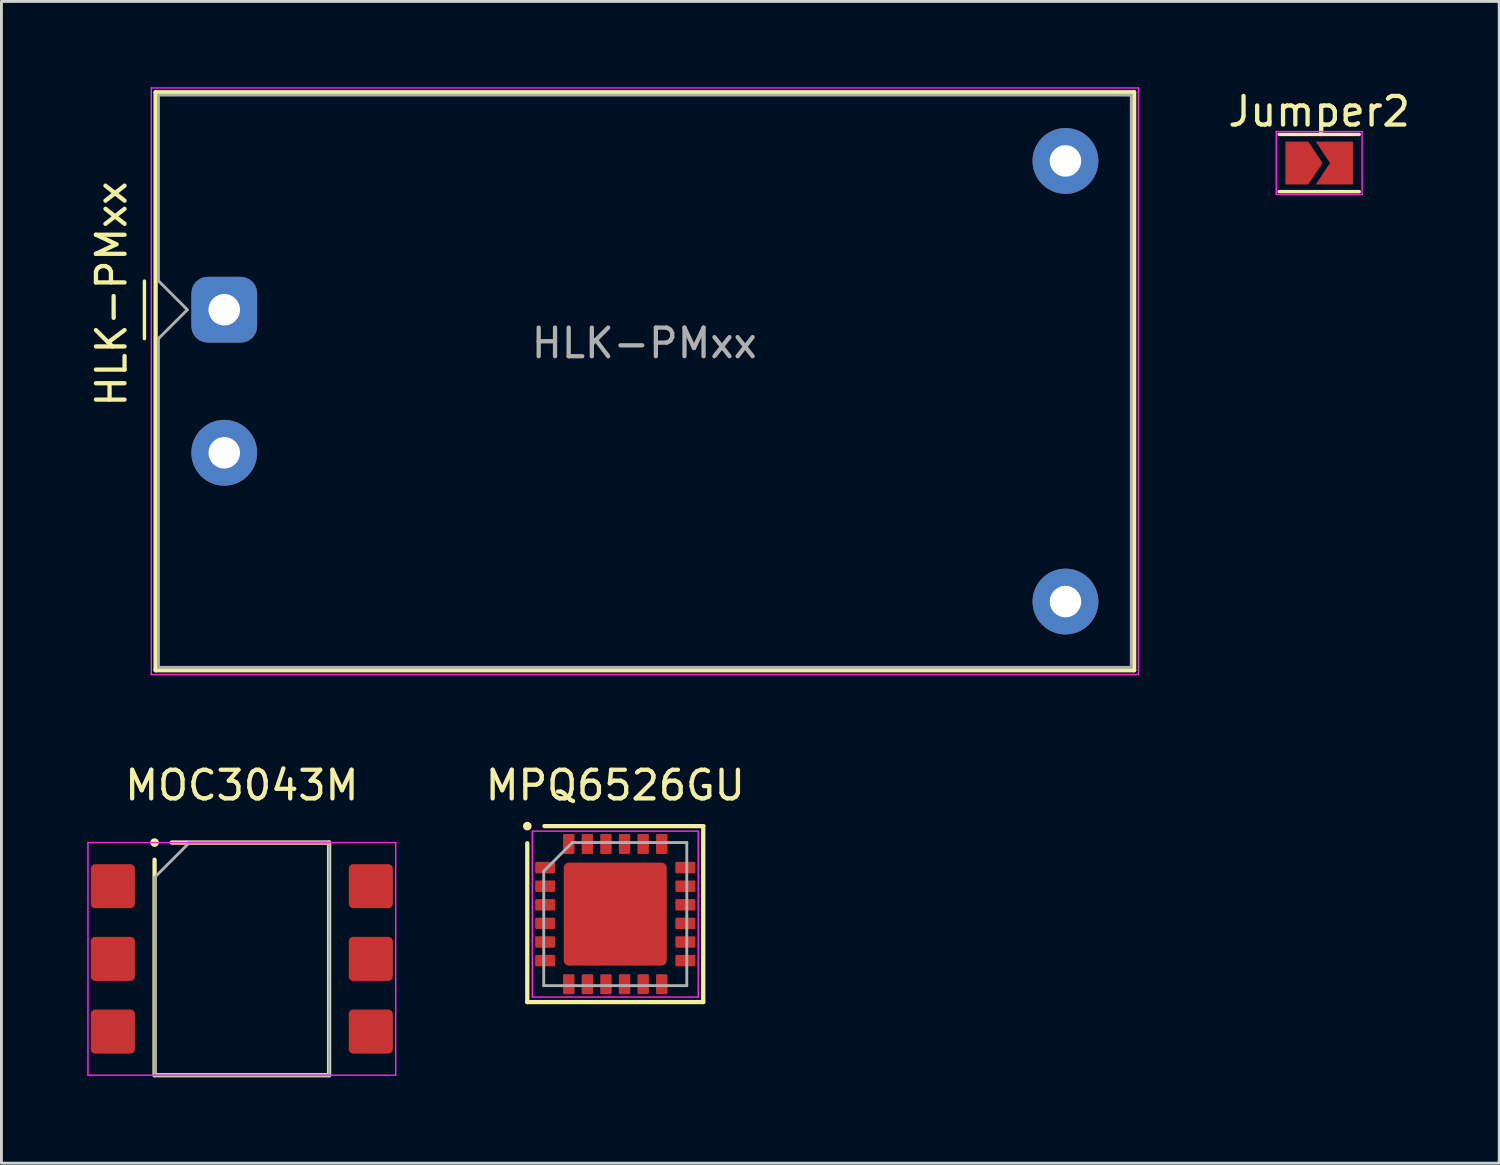
<source format=kicad_pcb>
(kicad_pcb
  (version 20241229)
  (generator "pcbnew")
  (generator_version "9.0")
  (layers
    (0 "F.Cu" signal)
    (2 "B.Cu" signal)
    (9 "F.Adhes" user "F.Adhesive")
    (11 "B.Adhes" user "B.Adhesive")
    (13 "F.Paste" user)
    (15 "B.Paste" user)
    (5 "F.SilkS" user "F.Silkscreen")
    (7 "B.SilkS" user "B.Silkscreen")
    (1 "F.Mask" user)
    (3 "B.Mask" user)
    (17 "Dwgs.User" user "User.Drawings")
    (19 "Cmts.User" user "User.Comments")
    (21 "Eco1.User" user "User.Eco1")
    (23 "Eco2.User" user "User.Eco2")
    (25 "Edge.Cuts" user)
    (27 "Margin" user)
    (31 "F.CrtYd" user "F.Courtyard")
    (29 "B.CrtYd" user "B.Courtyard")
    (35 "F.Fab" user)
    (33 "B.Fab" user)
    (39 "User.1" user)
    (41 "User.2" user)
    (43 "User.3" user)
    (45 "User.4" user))
  (footprint "Jumper2"
    (layer "F.Cu")
    (at 43.055 2.648)
    (property "Reference" "Jumper2" (at 0 -1.8 0) (layer "F.SilkS") (effects (font (size 1 1) (thickness 0.15))))
    (attr exclude_from_pos_files exclude_from_bom)
    (fp_line (start -1.4 -1) (end 1.4 -1) (stroke (width 0.12) (type solid)) (layer "F.SilkS"))
    (fp_line (start 1.4 1) (end -1.4 1) (stroke (width 0.12) (type solid)) (layer "F.SilkS"))
    (fp_line (start -1.5 -1.1) (end -1.5 1.1) (stroke (width 0.05) (type solid)) (layer "F.CrtYd"))
    (fp_line (start -1.5 -1.1) (end 1.5 -1.1) (stroke (width 0.05) (type solid)) (layer "F.CrtYd"))
    (fp_line (start 1.5 1.1) (end -1.5 1.1) (stroke (width 0.05) (type solid)) (layer "F.CrtYd"))
    (fp_line (start 1.5 1.1) (end 1.5 -1.1) (stroke (width 0.05) (type solid)) (layer "F.CrtYd"))
    (pad "1" smd custom (at -0.68 0) (size 0.3 0.3) (layers "F.Cu" "F.Mask") (options (anchor rect)) (primitives (gr_poly (pts (xy -0.5 -0.75) (xy 0.3 -0.75) (xy 0.8 0) (xy 0.3 0.75) (xy -0.5 0.75)) (width 0) (fill yes))))
    (pad "2" smd custom (at 0.68 0) (size 0.3 0.3) (layers "F.Cu" "F.Mask") (options (anchor rect)) (primitives (gr_poly (pts (xy -0.8 -0.75) (xy 0.5 -0.75) (xy 0.5 0.75) (xy -0.8 0.75) (xy -0.3 0)) (width 0) (fill yes)))))
  (footprint "MOC3043M"
    (layer "F.Cu")
    (at 5.402 30.463)
    (property "Reference" "MOC3043M" (at 0 -6.065 0) (layer "F.SilkS") (effects (font (size 1 1) (thickness 0.15))))
    (attr through_hole)
    (fp_line (start -3.05 -4.065) (end -3.05 -4.065) (stroke (width 0.3) (type solid)) (layer "F.SilkS"))
    (fp_line (start -3.05 4.065) (end -3.05 -3.465) (stroke (width 0.15) (type solid)) (layer "F.SilkS"))
    (fp_line (start -2.45 -4.065) (end 3.05 -4.065) (stroke (width 0.15) (type solid)) (layer "F.SilkS"))
    (fp_line (start 3.05 -4.065) (end 3.05 4.065) (stroke (width 0.15) (type solid)) (layer "F.SilkS"))
    (fp_line (start 3.05 4.065) (end -3.05 4.065) (stroke (width 0.15) (type solid)) (layer "F.SilkS"))
    (fp_line (start -5.378 -4.065) (end 5.378 -4.065) (stroke (width 0.05) (type solid)) (layer "F.CrtYd"))
    (fp_line (start -5.378 4.065) (end -5.378 -4.065) (stroke (width 0.05) (type solid)) (layer "F.CrtYd"))
    (fp_line (start 5.378 -4.065) (end 5.378 4.065) (stroke (width 0.05) (type solid)) (layer "F.CrtYd"))
    (fp_line (start 5.378 4.065) (end -5.378 4.065) (stroke (width 0.05) (type solid)) (layer "F.CrtYd"))
    (fp_line (start -3.05 -2.845) (end -1.83 -4.065) (stroke (width 0.1) (type solid)) (layer "F.Fab"))
    (fp_line (start -3.05 4.065) (end -3.05 -2.845) (stroke (width 0.1) (type solid)) (layer "F.Fab"))
    (fp_line (start -1.83 -4.065) (end 3.05 -4.065) (stroke (width 0.1) (type solid)) (layer "F.Fab"))
    (fp_line (start 3.05 -4.065) (end 3.05 4.065) (stroke (width 0.1) (type solid)) (layer "F.Fab"))
    (fp_line (start 3.05 4.065) (end -3.05 4.065) (stroke (width 0.1) (type solid)) (layer "F.Fab"))
    (pad "1" smd roundrect (at -4.508 -2.54) (size 1.54 1.54) (layers "F.Cu" "F.Mask" "F.Paste") (roundrect_rratio 0.1))
    (pad "2" smd roundrect (at -4.508 0) (size 1.54 1.54) (layers "F.Cu" "F.Mask" "F.Paste") (roundrect_rratio 0.1))
    (pad "3" smd roundrect (at -4.508 2.54) (size 1.54 1.54) (layers "F.Cu" "F.Mask" "F.Paste") (roundrect_rratio 0.1))
    (pad "4" smd roundrect (at 4.508 2.54) (size 1.54 1.54) (layers "F.Cu" "F.Mask" "F.Paste") (roundrect_rratio 0.1))
    (pad "5" smd roundrect (at 4.508 0) (size 1.54 1.54) (layers "F.Cu" "F.Mask" "F.Paste") (roundrect_rratio 0.1))
    (pad "6" smd roundrect (at 4.508 -2.54) (size 1.54 1.54) (layers "F.Cu" "F.Mask" "F.Paste") (roundrect_rratio 0.1)))
  (footprint "HLK-PMxx"
    (layer "F.Cu")
    (at 4.788 7.775)
    (property "Reference" "HLK-PMxx" (at -3.94 -0.55 90) (layer "F.SilkS") (effects (font (size 1 1) (thickness 0.15))))
    (attr through_hole)
    (fp_line (start -2.79 -1) (end -2.79 1.01) (stroke (width 0.12) (type solid)) (layer "F.SilkS"))
    (fp_line (start -2.4 -7.6) (end -2.4 12.6) (stroke (width 0.15) (type solid)) (layer "F.SilkS"))
    (fp_line (start -2.4 12.6) (end 31.8 12.6) (stroke (width 0.15) (type solid)) (layer "F.SilkS"))
    (fp_line (start 31.8 -7.6) (end -2.4 -7.6) (stroke (width 0.15) (type solid)) (layer "F.SilkS"))
    (fp_line (start 31.8 12.6) (end 31.8 -7.6) (stroke (width 0.15) (type solid)) (layer "F.SilkS"))
    (fp_line (start -2.55 -7.75) (end -2.55 12.75) (stroke (width 0.05) (type solid)) (layer "F.CrtYd"))
    (fp_line (start -2.55 12.75) (end 31.95 12.75) (stroke (width 0.05) (type solid)) (layer "F.CrtYd"))
    (fp_line (start 31.95 -7.75) (end -2.55 -7.75) (stroke (width 0.05) (type solid)) (layer "F.CrtYd"))
    (fp_line (start 31.95 12.75) (end 31.95 -7.75) (stroke (width 0.05) (type solid)) (layer "F.CrtYd"))
    (fp_line (start -2.3 -7.5) (end 31.7 -7.5) (stroke (width 0.1) (type solid)) (layer "F.Fab"))
    (fp_line (start -2.3 -1) (end -2.3 -7.5) (stroke (width 0.1) (type solid)) (layer "F.Fab"))
    (fp_line (start -2.3 12.5) (end -2.3 0.99) (stroke (width 0.1) (type solid)) (layer "F.Fab"))
    (fp_line (start -2.3 12.5) (end 31.7 12.5) (stroke (width 0.1) (type solid)) (layer "F.Fab"))
    (fp_line (start -2.29 -1) (end -1.29 0) (stroke (width 0.1) (type solid)) (layer "F.Fab"))
    (fp_line (start -1.29 0) (end -2.29 1) (stroke (width 0.1) (type solid)) (layer "F.Fab"))
    (fp_line (start 31.7 12.5) (end 31.7 -7.5) (stroke (width 0.1) (type solid)) (layer "F.Fab"))
    (fp_text user "${REFERENCE}" (at 14.68 1.17 0) (layer "F.Fab") (effects (font (size 1 1) (thickness 0.15))))
    (pad "1" thru_hole roundrect (at 0 0) (size 2.3 2.3) (drill 1.1) (layers "*.Cu" "*.Mask") (roundrect_rratio 0.25))
    (pad "2" thru_hole circle (at 0 5) (size 2.3 2.3) (drill 1.1) (layers "*.Cu" "*.Mask"))
    (pad "3" thru_hole circle (at 29.4 -5.2) (size 2.3 2.3) (drill 1.1) (layers "*.Cu" "*.Mask"))
    (pad "4" thru_hole circle (at 29.4 10.2) (size 2.3 2.3) (drill 1.1) (layers "*.Cu" "*.Mask")))
  (footprint "MPQ6526GU"
    (layer "F.Cu")
    (at 18.454 28.898)
    (property "Reference" "MPQ6526GU" (at 0 -4.5 0) (layer "F.SilkS") (effects (font (size 1 1) (thickness 0.15))))
    (attr through_hole)
    (fp_line (start -3.075 -3.075) (end -3.075 -3.075) (stroke (width 0.3) (type solid)) (layer "F.SilkS"))
    (fp_line (start -3.075 3.075) (end -3.075 -2.475) (stroke (width 0.15) (type solid)) (layer "F.SilkS"))
    (fp_line (start -2.475 -3.075) (end 3.075 -3.075) (stroke (width 0.15) (type solid)) (layer "F.SilkS"))
    (fp_line (start 3.075 -3.075) (end 3.075 3.075) (stroke (width 0.15) (type solid)) (layer "F.SilkS"))
    (fp_line (start 3.075 3.075) (end -3.075 3.075) (stroke (width 0.15) (type solid)) (layer "F.SilkS"))
    (fp_line (start -2.9 -2.9) (end 2.9 -2.9) (stroke (width 0.05) (type solid)) (layer "F.CrtYd"))
    (fp_line (start -2.9 2.9) (end -2.9 -2.9) (stroke (width 0.05) (type solid)) (layer "F.CrtYd"))
    (fp_line (start 2.9 -2.9) (end 2.9 2.9) (stroke (width 0.05) (type solid)) (layer "F.CrtYd"))
    (fp_line (start 2.9 2.9) (end -2.9 2.9) (stroke (width 0.05) (type solid)) (layer "F.CrtYd"))
    (fp_line (start -2.5 -1.5) (end -1.5 -2.5) (stroke (width 0.1) (type solid)) (layer "F.Fab"))
    (fp_line (start -2.5 2.5) (end -2.5 -1.5) (stroke (width 0.1) (type solid)) (layer "F.Fab"))
    (fp_line (start -1.5 -2.5) (end 2.5 -2.5) (stroke (width 0.1) (type solid)) (layer "F.Fab"))
    (fp_line (start 2.5 -2.5) (end 2.5 2.5) (stroke (width 0.1) (type solid)) (layer "F.Fab"))
    (fp_line (start 2.5 2.5) (end -2.5 2.5) (stroke (width 0.1) (type solid)) (layer "F.Fab"))
    (pad "" smd roundrect (at -1.2 -1.2) (size 0.9 0.9) (layers "F.Paste") (roundrect_rratio 0.25))
    (pad "" smd roundrect (at -1.2 0) (size 0.9 0.9) (layers "F.Paste") (roundrect_rratio 0.25))
    (pad "" smd roundrect (at -1.2 1.2) (size 0.9 0.9) (layers "F.Paste") (roundrect_rratio 0.25))
    (pad "" smd roundrect (at 0 -1.2) (size 0.9 0.9) (layers "F.Paste") (roundrect_rratio 0.25))
    (pad "" smd roundrect (at 0 0) (size 0.9 0.9) (layers "F.Paste") (roundrect_rratio 0.25))
    (pad "" smd roundrect (at 0 1.2) (size 0.9 0.9) (layers "F.Paste") (roundrect_rratio 0.25))
    (pad "" smd roundrect (at 1.2 -1.2) (size 0.9 0.9) (layers "F.Paste") (roundrect_rratio 0.25))
    (pad "" smd roundrect (at 1.2 0) (size 0.9 0.9) (layers "F.Paste") (roundrect_rratio 0.25))
    (pad "" smd roundrect (at 1.2 1.2) (size 0.9 0.9) (layers "F.Paste") (roundrect_rratio 0.25))
    (pad "1" smd roundrect (at -2.45 -1.625) (size 0.7 0.4) (layers "F.Cu" "F.Mask" "F.Paste") (roundrect_rratio 0.1))
    (pad "2" smd roundrect (at -2.45 -0.975) (size 0.7 0.4) (layers "F.Cu" "F.Mask" "F.Paste") (roundrect_rratio 0.1))
    (pad "3" smd roundrect (at -2.45 -0.325) (size 0.7 0.4) (layers "F.Cu" "F.Mask" "F.Paste") (roundrect_rratio 0.1))
    (pad "4" smd roundrect (at -2.45 0.325) (size 0.7 0.4) (layers "F.Cu" "F.Mask" "F.Paste") (roundrect_rratio 0.1))
    (pad "5" smd roundrect (at -2.45 0.975) (size 0.7 0.4) (layers "F.Cu" "F.Mask" "F.Paste") (roundrect_rratio 0.1))
    (pad "6" smd roundrect (at -2.45 1.625) (size 0.7 0.4) (layers "F.Cu" "F.Mask" "F.Paste") (roundrect_rratio 0.1))
    (pad "7" smd roundrect (at -1.625 2.45) (size 0.4 0.7) (layers "F.Cu" "F.Mask" "F.Paste") (roundrect_rratio 0.1))
    (pad "8" smd roundrect (at -0.975 2.45) (size 0.4 0.7) (layers "F.Cu" "F.Mask" "F.Paste") (roundrect_rratio 0.1))
    (pad "9" smd roundrect (at -0.325 2.45) (size 0.4 0.7) (layers "F.Cu" "F.Mask" "F.Paste") (roundrect_rratio 0.1))
    (pad "10" smd roundrect (at 0.325 2.45) (size 0.4 0.7) (layers "F.Cu" "F.Mask" "F.Paste") (roundrect_rratio 0.1))
    (pad "11" smd roundrect (at 0.975 2.45) (size 0.4 0.7) (layers "F.Cu" "F.Mask" "F.Paste") (roundrect_rratio 0.1))
    (pad "12" smd roundrect (at 1.625 2.45) (size 0.4 0.7) (layers "F.Cu" "F.Mask" "F.Paste") (roundrect_rratio 0.1))
    (pad "13" smd roundrect (at 2.45 1.625) (size 0.7 0.4) (layers "F.Cu" "F.Mask" "F.Paste") (roundrect_rratio 0.1))
    (pad "14" smd roundrect (at 2.45 0.975) (size 0.7 0.4) (layers "F.Cu" "F.Mask" "F.Paste") (roundrect_rratio 0.1))
    (pad "15" smd roundrect (at 2.45 0.325) (size 0.7 0.4) (layers "F.Cu" "F.Mask" "F.Paste") (roundrect_rratio 0.1))
    (pad "16" smd roundrect (at 2.45 -0.325) (size 0.7 0.4) (layers "F.Cu" "F.Mask" "F.Paste") (roundrect_rratio 0.1))
    (pad "17" smd roundrect (at 2.45 -0.975) (size 0.7 0.4) (layers "F.Cu" "F.Mask" "F.Paste") (roundrect_rratio 0.1))
    (pad "18" smd roundrect (at 2.45 -1.625) (size 0.7 0.4) (layers "F.Cu" "F.Mask" "F.Paste") (roundrect_rratio 0.1))
    (pad "19" smd roundrect (at 1.625 -2.45) (size 0.4 0.7) (layers "F.Cu" "F.Mask" "F.Paste") (roundrect_rratio 0.1))
    (pad "20" smd roundrect (at 0.975 -2.45) (size 0.4 0.7) (layers "F.Cu" "F.Mask" "F.Paste") (roundrect_rratio 0.1))
    (pad "21" smd roundrect (at 0.325 -2.45) (size 0.4 0.7) (layers "F.Cu" "F.Mask" "F.Paste") (roundrect_rratio 0.1))
    (pad "22" smd roundrect (at -0.325 -2.45) (size 0.4 0.7) (layers "F.Cu" "F.Mask" "F.Paste") (roundrect_rratio 0.1))
    (pad "23" smd roundrect (at -0.975 -2.45) (size 0.4 0.7) (layers "F.Cu" "F.Mask" "F.Paste") (roundrect_rratio 0.1))
    (pad "24" smd roundrect (at -1.625 -2.45) (size 0.4 0.7) (layers "F.Cu" "F.Mask" "F.Paste") (roundrect_rratio 0.1))
    (pad "25" smd roundrect (at 0 0) (size 3.6 3.6) (layers "F.Cu" "F.Mask") (roundrect_rratio 0.05)))
  (gr_rect
    (start -3 -3)
    (end 49.347 37.603)
    (stroke (width 0.1) (type default))
    (fill no)
    (layer "Edge.Cuts")))
</source>
